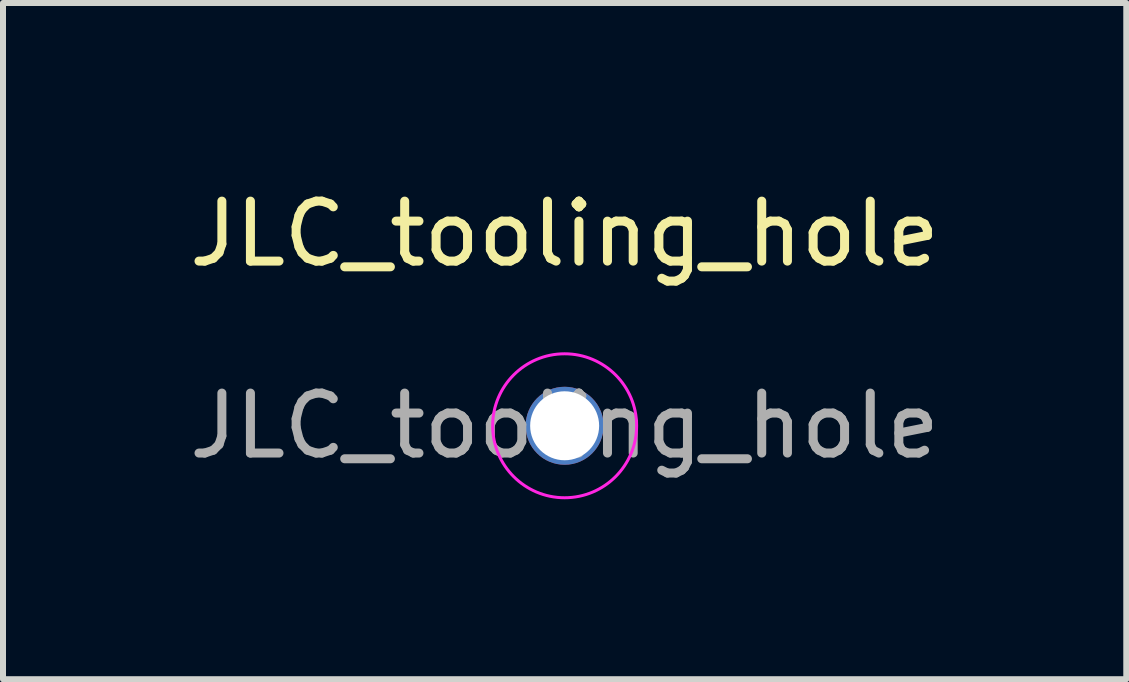
<source format=kicad_pcb>
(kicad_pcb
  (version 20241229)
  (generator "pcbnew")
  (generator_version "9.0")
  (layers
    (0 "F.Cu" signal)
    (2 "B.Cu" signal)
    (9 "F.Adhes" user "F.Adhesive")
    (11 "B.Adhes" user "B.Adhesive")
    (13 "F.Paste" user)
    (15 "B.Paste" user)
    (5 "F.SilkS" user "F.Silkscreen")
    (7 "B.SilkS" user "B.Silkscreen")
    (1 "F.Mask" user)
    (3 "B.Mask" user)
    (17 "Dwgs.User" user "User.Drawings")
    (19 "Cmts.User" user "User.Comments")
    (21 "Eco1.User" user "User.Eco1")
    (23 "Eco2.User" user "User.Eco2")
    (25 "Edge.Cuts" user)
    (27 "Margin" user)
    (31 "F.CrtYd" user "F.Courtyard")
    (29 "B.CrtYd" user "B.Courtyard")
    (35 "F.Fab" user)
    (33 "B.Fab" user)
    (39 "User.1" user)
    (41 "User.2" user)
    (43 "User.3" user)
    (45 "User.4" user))
  (footprint "JLC_tooling_hole"
    (layer "F.Cu")
    (at 6.363 4.048)
    (property "Reference" "JLC_tooling_hole" (at 0 -3.2 0) (layer "F.SilkS") (effects (font (size 1 1) (thickness 0.15))))
    (attr exclude_from_pos_files exclude_from_bom)
    (fp_circle (center 0 0) (end 1.2 0) (stroke (width 0.05) (type solid)) (fill no) (layer "F.CrtYd"))
    (fp_text user "${REFERENCE}" (at 0 0 0) (layer "F.Fab") (effects (font (size 1 1) (thickness 0.15))))
    (pad "" np_thru_hole circle (at 0 0) (size 1.3 1.3) (drill 1.15) (layers "*.Cu" "*.Mask")))
  (gr_rect
    (start -3 -3)
    (end 15.726 8.273)
    (stroke (width 0.1) (type default))
    (fill no)
    (layer "Edge.Cuts")))
</source>
